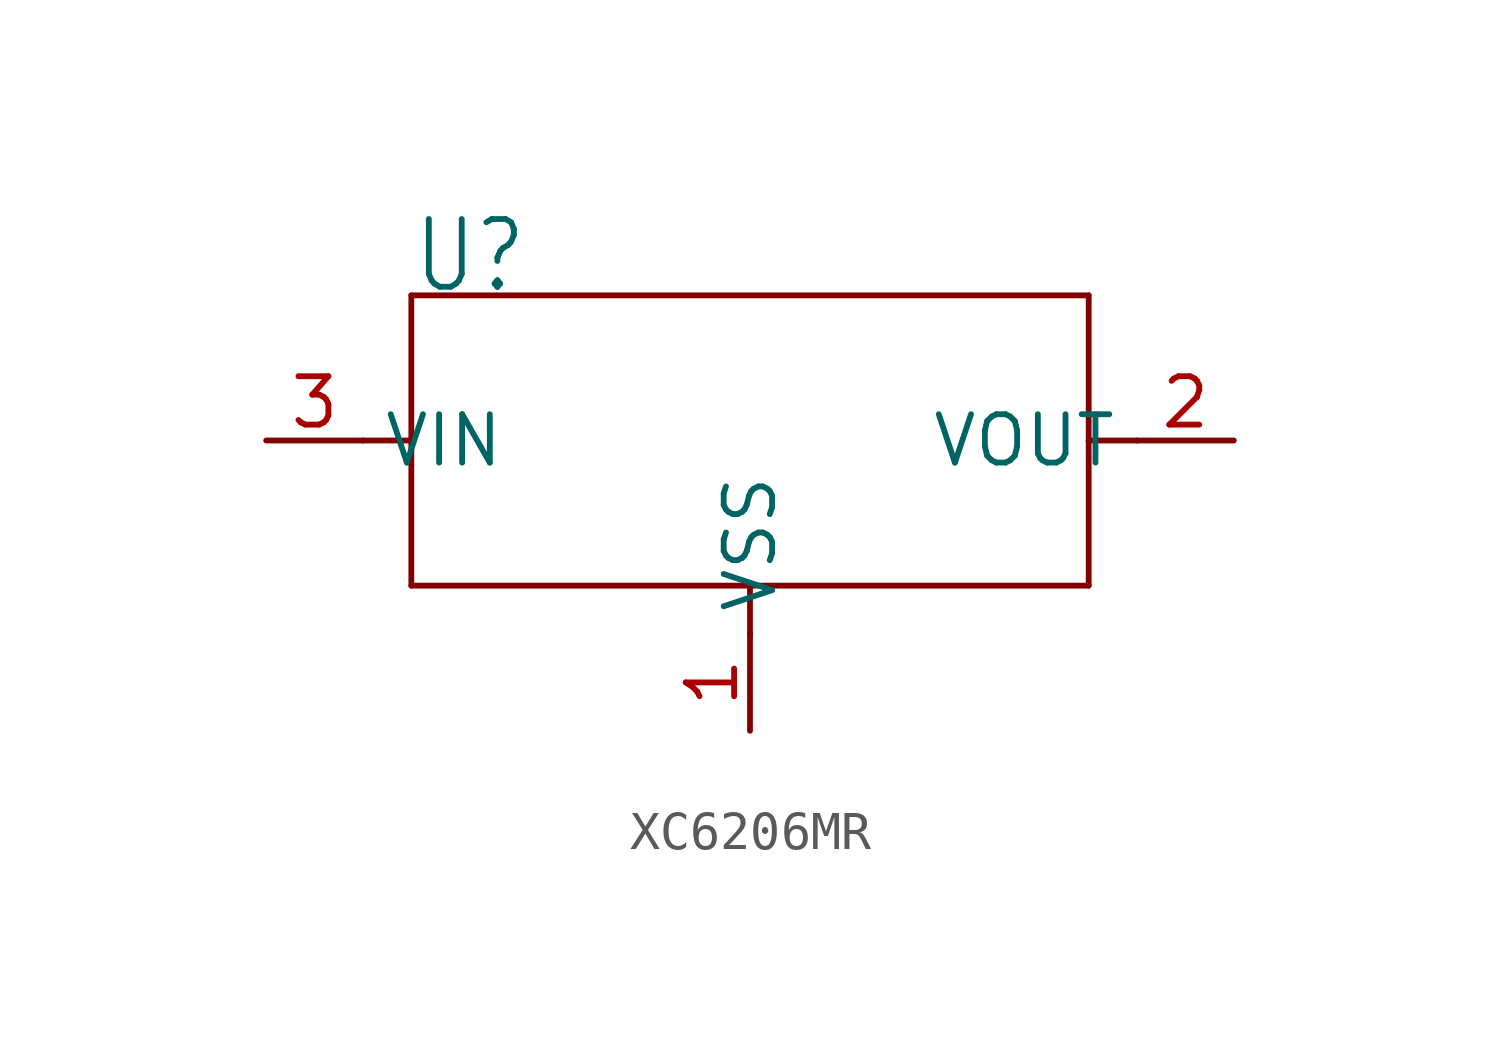
<source format=kicad_sym>
(kicad_symbol_lib
  (version 20220914)
  (generator kicad_symbol_editor)
  (symbol "XC6206MR"
    (property "Reference" "U"
      (at -8.89 3.81 0)
      (effects (font (size 1.778 1.511)) (justify left bottom)))
    (property "Value" ""
      (at 0 3.81 0)
      (effects (font (size 1.778 1.511)) (justify left bottom)))
    (property "ki_locked" ""
      (at 0 0 0)
      (effects (font (size 1.27 1.27))))
    (symbol "XC6206MR_1_0"
      (polyline (pts (xy -10.16 0) (xy -8.89 0)) (stroke (width 0.152) (type solid)) (fill (type none)))
      (polyline (pts (xy -8.89 -3.81) (xy -8.89 0)) (stroke (width 0.152) (type solid)) (fill (type none)))
      (polyline (pts (xy -8.89 0) (xy -8.89 3.81)) (stroke (width 0.152) (type solid)) (fill (type none)))
      (polyline (pts (xy -8.89 3.81) (xy 8.89 3.81)) (stroke (width 0.152) (type solid)) (fill (type none)))
      (polyline (pts (xy 0 -5.08) (xy 0 -3.81)) (stroke (width 0.152) (type solid)) (fill (type none)))
      (polyline (pts (xy 0 -3.81) (xy -8.89 -3.81)) (stroke (width 0.152) (type solid)) (fill (type none)))
      (polyline (pts (xy 8.89 -3.81) (xy 0 -3.81)) (stroke (width 0.152) (type solid)) (fill (type none)))
      (polyline (pts (xy 8.89 0) (xy 8.89 -3.81)) (stroke (width 0.152) (type solid)) (fill (type none)))
      (polyline (pts (xy 8.89 3.81) (xy 8.89 0)) (stroke (width 0.152) (type solid)) (fill (type none)))
      (polyline (pts (xy 10.16 0) (xy 8.89 0)) (stroke (width 0.152) (type solid)) (fill (type none)))
      (pin power_in line (at 0 -7.62 90) (length 2.54) (name "VSS" (effects (font (size 1.27 1.27)))) (number "1" (effects (font (size 1.27 1.27)))))
      (pin output line (at 12.7 0 180) (length 2.54) (name "VOUT" (effects (font (size 1.27 1.27)))) (number "2" (effects (font (size 1.27 1.27)))))
      (pin input line (at -12.7 0 0) (length 2.54) (name "VIN" (effects (font (size 1.27 1.27)))) (number "3" (effects (font (size 1.27 1.27))))))))
</source>
